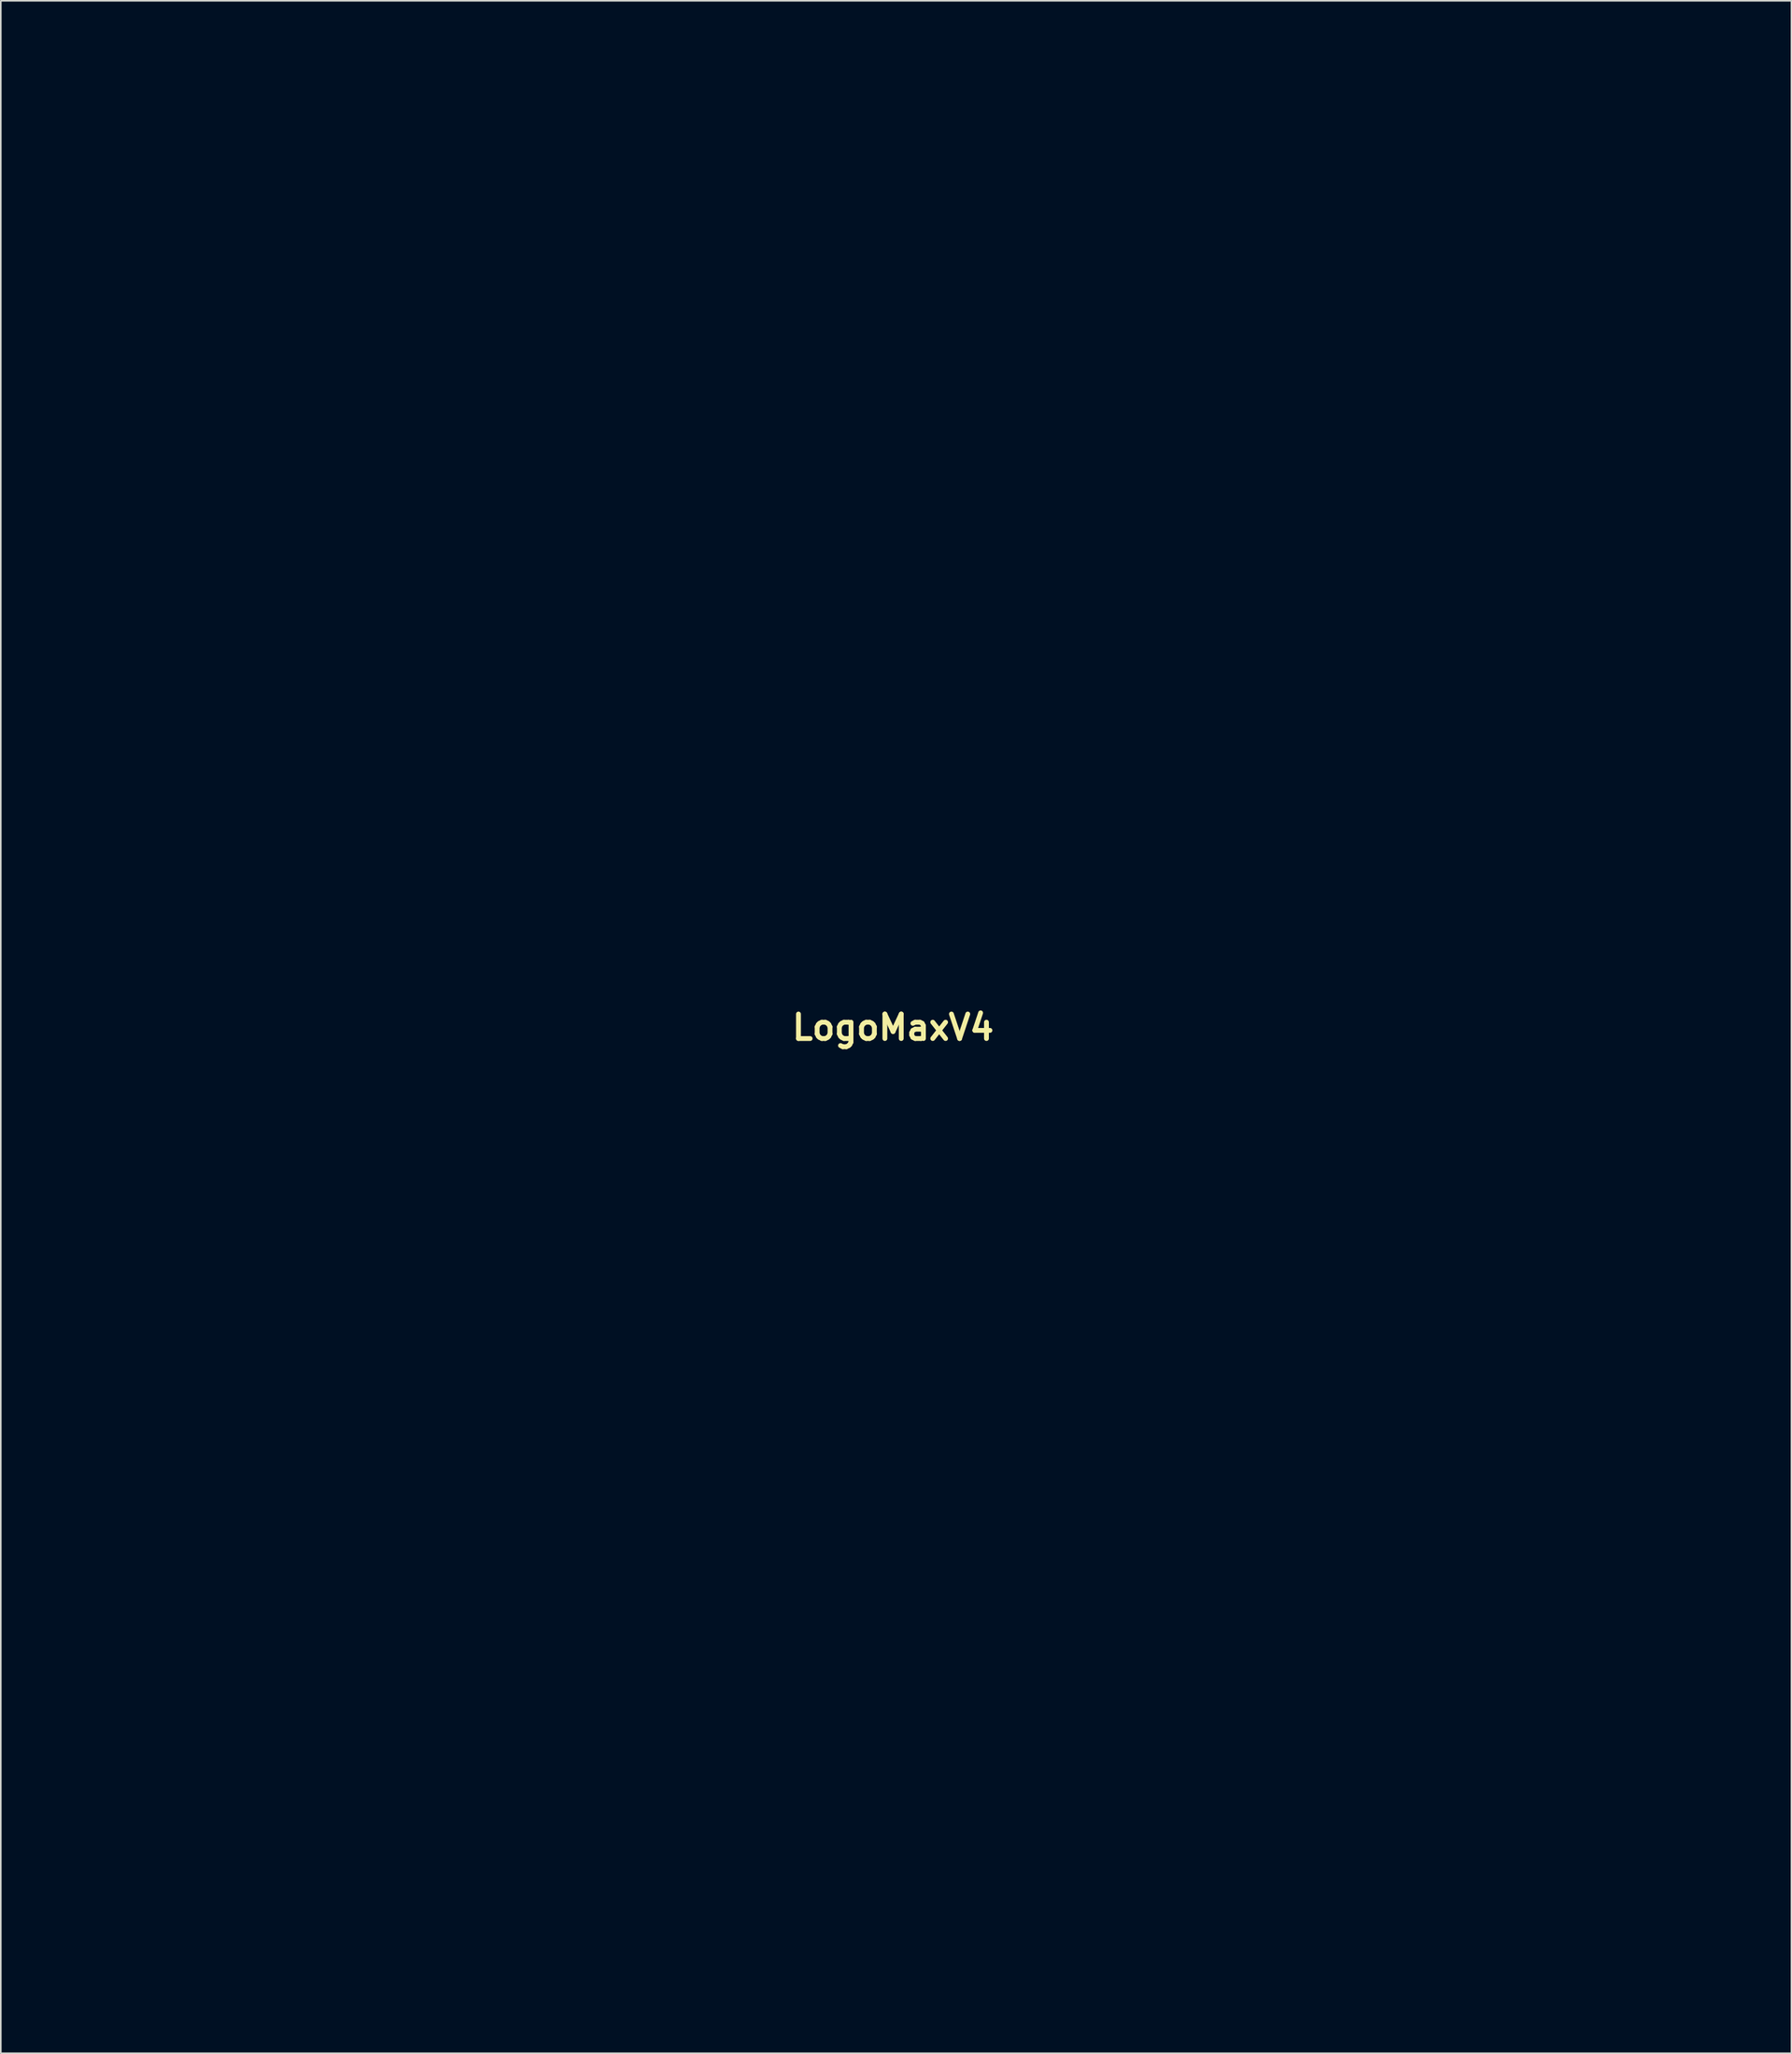
<source format=kicad_pcb>
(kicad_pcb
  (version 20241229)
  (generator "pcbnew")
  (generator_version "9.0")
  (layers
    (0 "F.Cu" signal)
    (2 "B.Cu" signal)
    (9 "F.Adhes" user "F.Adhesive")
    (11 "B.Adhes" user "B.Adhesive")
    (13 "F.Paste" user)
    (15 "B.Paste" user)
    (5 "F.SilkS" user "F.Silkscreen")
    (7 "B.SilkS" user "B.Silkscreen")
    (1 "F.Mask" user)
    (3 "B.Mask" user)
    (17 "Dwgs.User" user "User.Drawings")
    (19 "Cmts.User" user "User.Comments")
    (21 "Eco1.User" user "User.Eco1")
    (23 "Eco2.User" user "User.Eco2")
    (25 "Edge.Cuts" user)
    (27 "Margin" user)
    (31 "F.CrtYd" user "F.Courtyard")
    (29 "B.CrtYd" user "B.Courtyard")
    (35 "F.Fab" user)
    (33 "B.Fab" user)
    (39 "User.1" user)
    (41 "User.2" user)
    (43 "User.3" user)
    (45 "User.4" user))
  (footprint "LogoMaxV4"
    (layer "F.Cu")
    (at 52.456 60.793)
    (property "Reference" "LogoMaxV4" (at 0 0 0) (layer "F.SilkS") (effects (font (size 1.524 1.524) (thickness 0.3))))
    (attr through_hole)
    (fp_poly (pts (xy 0.418 -60.729) (xy 0.619 -60.614) (xy 0.999 -60.383) (xy 1.74 -59.944) (xy 2.764 -59.346) (xy 3.989 -58.634) (xy 5.334 -57.857) (xy 6.876 -56.968) (xy 8.478 -56.044) (xy 10.005 -55.161) (xy 11.324 -54.398) (xy 12.065 -53.969) (xy 13.167 -53.331) (xy 14.57 -52.521) (xy 16.135 -51.62) (xy 17.721 -50.707) (xy 18.669 -50.162) (xy 20.086 -49.347) (xy 21.817 -48.349) (xy 23.74 -47.241) (xy 25.728 -46.093) (xy 27.658 -44.979) (xy 28.575 -44.448) (xy 30.176 -43.522) (xy 31.668 -42.66) (xy 32.984 -41.9) (xy 34.056 -41.281) (xy 34.816 -40.842) (xy 35.179 -40.633) (xy 35.624 -40.377) (xy 36.431 -39.911) (xy 37.52 -39.281) (xy 38.815 -38.532) (xy 40.237 -37.709) (xy 40.64 -37.476) (xy 42.359 -36.481) (xy 44.232 -35.398) (xy 46.106 -34.315) (xy 47.827 -33.322) (xy 49.087 -32.596) (xy 52.834 -30.438) (xy 52.77 0.056) (xy 52.705 30.55) (xy 50.292 31.948) (xy 47.533 33.546) (xy 45.178 34.909) (xy 43.193 36.057) (xy 41.54 37.011) (xy 40.186 37.791) (xy 39.095 38.417) (xy 38.232 38.909) (xy 37.562 39.289) (xy 37.049 39.575) (xy 36.83 39.696) (xy 36.054 40.128) (xy 35.448 40.482) (xy 35.179 40.655) (xy 34.886 40.839) (xy 34.228 41.232) (xy 33.277 41.79) (xy 32.109 42.468) (xy 30.861 43.189) (xy 29.505 43.969) (xy 28.247 44.694) (xy 27.175 45.311) (xy 26.376 45.771) (xy 25.971 46.005) (xy 25.373 46.351) (xy 24.78 46.693) (xy 24.129 47.069) (xy 23.355 47.515) (xy 22.396 48.069) (xy 21.187 48.766) (xy 19.665 49.644) (xy 17.78 50.73) (xy 15.095 52.279) (xy 12.81 53.596) (xy 10.884 54.707) (xy 9.279 55.633) (xy 7.953 56.399) (xy 6.866 57.027) (xy 5.979 57.54) (xy 5.251 57.962) (xy 4.642 58.316) (xy 4.113 58.625) (xy 3.622 58.912) (xy 3.175 59.174) (xy 2.213 59.736) (xy 1.366 60.225) (xy 0.766 60.566) (xy 0.615 60.649) (xy 0.333 60.735) (xy -0.041 60.688) (xy -0.588 60.475) (xy -1.393 60.063) (xy -2.537 59.42) (xy -2.687 59.334) (xy -5.608 57.651) (xy -8.128 56.2) (xy -10.285 54.957) (xy -12.118 53.9) (xy -13.664 53.007) (xy -14.964 52.256) (xy -16.055 51.625) (xy -16.383 51.434) (xy -17.47 50.805) (xy -18.863 50.002) (xy -20.426 49.101) (xy -22.026 48.181) (xy -22.567 47.87) (xy -15.24 47.87) (xy -15.033 48.1) (xy -14.472 48.512) (xy -13.649 49.041) (xy -12.89 49.491) (xy -11.816 50.109) (xy -10.45 50.897) (xy -8.941 51.769) (xy -7.436 52.64) (xy -6.858 52.975) (xy -5.637 53.682) (xy -4.582 54.29) (xy -3.765 54.758) (xy -3.26 55.044) (xy -3.129 55.114) (xy -3.222 54.911) (xy -3.51 54.364) (xy -3.941 53.572) (xy -4.174 53.15) (xy -4.743 52.13) (xy -5.287 51.168) (xy -5.708 50.433) (xy -5.79 50.292) (xy -6.511 49.061) (xy -7.318 47.669) (xy -8.136 46.249) (xy -8.888 44.932) (xy -9.498 43.852) (xy -9.731 43.434) (xy -10.219 42.585) (xy -10.682 41.838) (xy -10.944 41.459) (xy -11.386 40.881) (xy -11.75 41.586) (xy -12.365 42.737) (xy -13.096 44.049) (xy -13.833 45.325) (xy -14.463 46.369) (xy -14.525 46.468) (xy -14.931 47.158) (xy -15.19 47.691) (xy -15.24 47.87) (xy -22.567 47.87) (xy -23.114 47.556) (xy -24.44 46.793) (xy -25.621 46.109) (xy -26.582 45.549) (xy -27.252 45.153) (xy -27.556 44.966) (xy -27.559 44.964) (xy -27.905 44.749) (xy -28.547 44.38) (xy -29.21 44.011) (xy -29.83 43.665) (xy -30.8 43.114) (xy -32.033 42.41) (xy -33.44 41.603) (xy -34.933 40.745) (xy -35.775 40.259) (xy -28.956 40.259) (xy -26.606 41.602) (xy -25.531 42.218) (xy -24.164 43.003) (xy -22.655 43.872) (xy -21.15 44.74) (xy -20.576 45.071) (xy -19.347 45.77) (xy -18.272 46.36) (xy -17.426 46.801) (xy -16.886 47.053) (xy -16.727 47.094) (xy -16.523 46.836) (xy -16.153 46.26) (xy -15.718 45.529) (xy -15.236 44.69) (xy -14.821 43.965) (xy -14.591 43.561) (xy -14.308 43.072) (xy -13.871 42.33) (xy -13.49 41.689) (xy -13.083 40.966) (xy -12.827 40.435) (xy -12.785 40.259) (xy -9.82 40.259) (xy -7.542 44.196) (xy -6.727 45.611) (xy -5.93 47.007) (xy -5.214 48.271) (xy -4.646 49.288) (xy -4.374 49.784) (xy -3.894 50.65) (xy -3.47 51.371) (xy -3.189 51.801) (xy -3.178 51.816) (xy -2.903 52.227) (xy -2.482 52.93) (xy -2.034 53.721) (xy -1.261 55.102) (xy -0.676 56.068) (xy -0.235 56.655) (xy 0.104 56.902) (xy 0.385 56.845) (xy 0.651 56.521) (xy 0.829 56.197) (xy 1.205 55.496) (xy 1.378 55.188) (xy 3.256 55.188) (xy 4.105 54.675) (xy 4.565 54.403) (xy 5.392 53.922) (xy 6.51 53.275) (xy 7.845 52.505) (xy 9.323 51.655) (xy 10.16 51.174) (xy 11.629 50.33) (xy 12.945 49.573) (xy 14.046 48.936) (xy 14.871 48.458) (xy 15.356 48.173) (xy 15.46 48.109) (xy 15.373 47.874) (xy 15.072 47.274) (xy 14.598 46.383) (xy 13.989 45.277) (xy 13.516 44.435) (xy 12.759 43.105) (xy 12.208 42.165) (xy 11.822 41.563) (xy 11.558 41.246) (xy 11.373 41.162) (xy 11.226 41.258) (xy 11.102 41.438) (xy 10.825 41.896) (xy 10.364 42.679) (xy 9.787 43.669) (xy 9.262 44.577) (xy 8.536 45.837) (xy 7.668 47.339) (xy 6.773 48.887) (xy 6.033 50.165) (xy 5.337 51.375) (xy 4.689 52.516) (xy 4.155 53.472) (xy 3.8 54.126) (xy 3.762 54.2) (xy 3.256 55.188) (xy 1.378 55.188) (xy 1.651 54.703) (xy 1.705 54.61) (xy 2.243 53.686) (xy 2.919 52.521) (xy 3.684 51.199) (xy 4.491 49.805) (xy 5.289 48.423) (xy 6.03 47.139) (xy 6.665 46.036) (xy 7.145 45.201) (xy 7.422 44.716) (xy 7.428 44.704) (xy 7.795 44.071) (xy 8.077 43.62) (xy 8.118 43.561) (xy 8.405 43.113) (xy 8.783 42.441) (xy 9.183 41.681) (xy 9.536 40.967) (xy 9.773 40.435) (xy 9.814 40.275) (xy 12.954 40.275) (xy 13.072 40.536) (xy 13.392 41.137) (xy 13.86 41.986) (xy 14.426 42.992) (xy 15.036 44.064) (xy 15.638 45.11) (xy 16.18 46.038) (xy 16.61 46.757) (xy 16.876 47.175) (xy 16.933 47.244) (xy 17.17 47.123) (xy 17.773 46.785) (xy 18.67 46.273) (xy 19.79 45.628) (xy 20.892 44.988) (xy 22.366 44.132) (xy 23.889 43.25) (xy 25.323 42.423) (xy 26.531 41.73) (xy 27.051 41.433) (xy 29.337 40.135) (xy 21.145 40.133) (xy 19.164 40.137) (xy 17.354 40.149) (xy 15.778 40.168) (xy 14.494 40.192) (xy 13.562 40.221) (xy 13.043 40.254) (xy 12.954 40.275) (xy 9.814 40.275) (xy 9.828 40.223) (xy 9.561 40.203) (xy 8.841 40.188) (xy 7.725 40.178) (xy 6.267 40.173) (xy 4.524 40.173) (xy 2.55 40.178) (xy 0.402 40.19) (xy -0.045 40.192) (xy -9.82 40.259) (xy -12.785 40.259) (xy -12.777 40.225) (xy -13.046 40.202) (xy -13.761 40.186) (xy -14.862 40.175) (xy -16.286 40.172) (xy -17.972 40.174) (xy -19.86 40.184) (xy -20.916 40.192) (xy -28.956 40.259) (xy -35.775 40.259) (xy -36.424 39.885) (xy -37.823 39.075) (xy -39.043 38.365) (xy -39.193 38.277) (xy -32.147 38.277) (xy -32.019 38.365) (xy -31.683 38.437) (xy -31.096 38.494) (xy -30.218 38.537) (xy -29.006 38.569) (xy -27.42 38.591) (xy -25.418 38.603) (xy -22.958 38.608) (xy -22.36 38.608) (xy -9.919 38.608) (xy 10.151 38.608) (xy 12.659 38.608) (xy 22.268 38.604) (xy 24.438 38.598) (xy 26.454 38.581) (xy 28.259 38.556) (xy 29.794 38.523) (xy 31.002 38.483) (xy 31.825 38.439) (xy 32.204 38.39) (xy 32.217 38.385) (xy 32.329 38.305) (xy 32.39 38.197) (xy 32.375 38.011) (xy 32.26 37.697) (xy 32.02 37.207) (xy 31.631 36.492) (xy 31.067 35.501) (xy 30.304 34.186) (xy 29.317 32.497) (xy 28.954 31.877) (xy 28.089 30.394) (xy 27.233 28.922) (xy 26.45 27.57) (xy 25.804 26.447) (xy 25.388 25.718) (xy 24.899 24.875) (xy 24.503 24.235) (xy 24.264 23.901) (xy 24.23 23.876) (xy 23.956 24.001) (xy 23.466 24.299) (xy 22.844 24.626) (xy 21.985 24.983) (xy 21.507 25.15) (xy 20.942 25.348) (xy 20.514 25.569) (xy 20.145 25.899) (xy 19.755 26.426) (xy 19.264 27.235) (xy 18.704 28.22) (xy 17.919 29.6) (xy 16.958 31.27) (xy 15.907 33.085) (xy 14.85 34.899) (xy 13.872 36.565) (xy 13.151 37.782) (xy 12.659 38.608) (xy 10.151 38.608) (xy 9.683 37.782) (xy 9.384 37.263) (xy 8.891 36.412) (xy 8.266 35.335) (xy 7.569 34.139) (xy 7.364 33.788) (xy 6.662 32.583) (xy 6.017 31.474) (xy 5.489 30.564) (xy 5.14 29.957) (xy 5.079 29.851) (xy 4.683 29.162) (xy 4.184 28.308) (xy 3.967 27.94) (xy 3.484 27.105) (xy 3.045 26.312) (xy 2.899 26.035) (xy 2.507 25.273) (xy -2.318 25.321) (xy -4.422 28.98) (xy -5.258 30.433) (xy -6.131 31.944) (xy -6.954 33.367) (xy -7.644 34.554) (xy -7.86 34.925) (xy -8.462 35.963) (xy -9.003 36.909) (xy -9.407 37.63) (xy -9.557 37.91) (xy -9.919 38.608) (xy -22.36 38.608) (xy -20.201 38.605) (xy -18.21 38.595) (xy -16.443 38.579) (xy -14.953 38.559) (xy -13.798 38.534) (xy -13.03 38.507) (xy -12.707 38.476) (xy -12.7 38.471) (xy -12.821 38.215) (xy -13.154 37.6) (xy -13.655 36.704) (xy -14.281 35.607) (xy -14.644 34.979) (xy -15.417 33.642) (xy -16.187 32.307) (xy -16.878 31.105) (xy -17.413 30.171) (xy -17.526 29.972) (xy -18.384 28.464) (xy -19.036 27.336) (xy -19.53 26.527) (xy -19.916 25.978) (xy -20.239 25.629) (xy -20.55 25.418) (xy -20.574 25.409) (xy -18.127 25.409) (xy -18.117 25.711) (xy -17.881 26.31) (xy -17.471 27.078) (xy -17.462 27.093) (xy -15.801 29.91) (xy -14.113 32.825) (xy -12.681 35.346) (xy -12.126 36.325) (xy -11.67 37.11) (xy -11.365 37.616) (xy -11.262 37.759) (xy -11.127 37.537) (xy -10.785 36.956) (xy -10.283 36.096) (xy -9.669 35.037) (xy -9.457 34.671) (xy -8.631 33.245) (xy -7.668 31.58) (xy -6.684 29.879) (xy -5.796 28.344) (xy -5.752 28.267) (xy -5.078 27.091) (xy -4.506 26.068) (xy -4.08 25.279) (xy -3.843 24.806) (xy -3.832 24.774) (xy 3.81 24.774) (xy 4.403 25.659) (xy 4.843 26.355) (xy 5.395 27.28) (xy 5.863 28.1) (xy 6.785 29.744) (xy 7.711 31.376) (xy 8.606 32.936) (xy 9.435 34.365) (xy 10.163 35.603) (xy 10.757 36.591) (xy 11.18 37.269) (xy 11.398 37.578) (xy 11.416 37.59) (xy 11.622 37.392) (xy 11.955 36.904) (xy 12.038 36.765) (xy 12.36 36.207) (xy 12.859 35.337) (xy 13.46 34.283) (xy 13.961 33.401) (xy 14.729 32.055) (xy 15.618 30.506) (xy 16.493 28.989) (xy 16.952 28.199) (xy 17.54 27.158) (xy 18.005 26.277) (xy 18.303 25.645) (xy 18.386 25.354) (xy 18.385 25.352) (xy 18.081 25.186) (xy 17.484 25.019) (xy 17.37 24.997) (xy 16.542 24.648) (xy 15.63 23.964) (xy 14.762 23.073) (xy 14.068 22.103) (xy 13.73 21.379) (xy 13.381 20.32) (xy 7.673 20.32) (xy 6.854 21.596) (xy 6.167 22.52) (xy 5.338 23.436) (xy 4.923 23.824) (xy 3.81 24.774) (xy -3.832 24.774) (xy -3.81 24.711) (xy -3.992 24.446) (xy -4.451 24.008) (xy -4.709 23.794) (xy -5.348 23.179) (xy -6.058 22.339) (xy -6.523 21.698) (xy -7.438 20.32) (xy -13.139 20.32) (xy -13.558 21.416) (xy -14.126 22.462) (xy -14.965 23.485) (xy -15.932 24.339) (xy -16.884 24.878) (xy -16.984 24.913) (xy -17.643 25.156) (xy -18.085 25.376) (xy -18.127 25.409) (xy -20.574 25.409) (xy -20.895 25.287) (xy -21.322 25.174) (xy -21.36 25.164) (xy -22.235 24.871) (xy -23.003 24.499) (xy -23.232 24.346) (xy -23.744 24.041) (xy -24.109 23.991) (xy -24.12 23.997) (xy -24.346 24.274) (xy -24.744 24.891) (xy -25.249 25.74) (xy -25.529 26.236) (xy -26.065 27.193) (xy -26.528 28.01) (xy -26.849 28.564) (xy -26.932 28.702) (xy -27.155 29.075) (xy -27.564 29.777) (xy -28.093 30.693) (xy -28.48 31.369) (xy -29.22 32.661) (xy -30.047 34.099) (xy -30.816 35.431) (xy -31.03 35.801) (xy -31.55 36.752) (xy -31.936 37.56) (xy -32.136 38.114) (xy -32.147 38.277) (xy -39.193 38.277) (xy -39.497 38.1) (xy -39.939 37.842) (xy -40.745 37.376) (xy -41.837 36.744) (xy -43.139 35.992) (xy -44.573 35.165) (xy -45.085 34.869) (xy -46.589 34.001) (xy -48.024 33.17) (xy -49.305 32.426) (xy -50.344 31.821) (xy -51.054 31.404) (xy -51.181 31.329) (xy -52.451 30.571) (xy -52.451 28.265) (xy -49.204 28.265) (xy -49.196 28.29) (xy -48.93 28.557) (xy -48.327 28.993) (xy -47.496 29.521) (xy -47.077 29.768) (xy -46.155 30.298) (xy -44.923 31.008) (xy -43.511 31.821) (xy -42.047 32.664) (xy -41.275 33.109) (xy -40.02 33.826) (xy -38.918 34.445) (xy -38.043 34.925) (xy -37.471 35.224) (xy -37.281 35.305) (xy -37.302 35.109) (xy -37.539 34.599) (xy -37.89 33.972) (xy -38.25 33.361) (xy -38.814 32.394) (xy -39.533 31.156) (xy -40.36 29.731) (xy -41.243 28.203) (xy -41.63 27.533) (xy -42.492 26.044) (xy -43.289 24.674) (xy -43.981 23.495) (xy -44.524 22.577) (xy -44.877 21.992) (xy -44.973 21.842) (xy -45.149 21.612) (xy -45.315 21.543) (xy -45.524 21.694) (xy -45.828 22.122) (xy -46.28 22.885) (xy -46.854 23.901) (xy -47.488 25.013) (xy -48.079 26.028) (xy -48.558 26.824) (xy -48.832 27.251) (xy -49.133 27.824) (xy -49.204 28.265) (xy -52.451 28.265) (xy -52.451 19.67) (xy -49.276 19.67) (xy -49.27 21.196) (xy -49.254 22.532) (xy -49.23 23.602) (xy -49.199 24.328) (xy -49.163 24.633) (xy -49.157 24.638) (xy -48.989 24.433) (xy -48.623 23.877) (xy -48.117 23.061) (xy -47.633 22.25) (xy -47.064 21.273) (xy -46.782 20.777) (xy -43.688 20.777) (xy -43.556 21.309) (xy -43.434 21.489) (xy -43.231 21.782) (xy -42.823 22.443) (xy -42.254 23.396) (xy -41.57 24.565) (xy -40.862 25.794) (xy -40.09 27.143) (xy -39.377 28.389) (xy -38.772 29.444) (xy -38.325 30.222) (xy -38.104 30.607) (xy -37.733 31.249) (xy -37.237 32.112) (xy -36.861 32.766) (xy -36.398 33.564) (xy -36.009 34.222) (xy -35.812 34.544) (xy -35.543 34.998) (xy -35.162 35.679) (xy -35.021 35.941) (xy -34.44 36.863) (xy -33.947 37.295) (xy -33.782 37.333) (xy -33.618 37.126) (xy -33.252 36.552) (xy -32.729 35.689) (xy -32.097 34.612) (xy -31.75 34.01) (xy -30.974 32.656) (xy -30.187 31.281) (xy -29.47 30.029) (xy -28.904 29.043) (xy -28.804 28.868) (xy -28.19 27.8) (xy -27.447 26.515) (xy -26.702 25.233) (xy -26.442 24.786) (xy -25.848 23.75) (xy -25.484 23.042) (xy -25.313 22.555) (xy -25.301 22.183) (xy -25.41 21.82) (xy -25.427 21.78) (xy -25.585 21.396) (xy -25.745 21.086) (xy -25.958 20.842) (xy -26.277 20.656) (xy -26.753 20.52) (xy -27.44 20.427) (xy -28.388 20.368) (xy -29.651 20.336) (xy -31.28 20.323) (xy -33.328 20.32) (xy -35.07 20.32) (xy -37.392 20.321) (xy -39.255 20.327) (xy -40.711 20.34) (xy -41.809 20.362) (xy -42.599 20.397) (xy -43.131 20.447) (xy -43.456 20.514) (xy -43.623 20.602) (xy -43.683 20.712) (xy -43.688 20.777) (xy -46.782 20.777) (xy -46.606 20.467) (xy -46.311 19.925) (xy -46.228 19.745) (xy -46.349 19.45) (xy -46.553 19.057) (xy -43.976 19.057) (xy -35.133 18.99) (xy -26.289 18.923) (xy -26.215 16.992) (xy -26.191 16.11) (xy -26.226 15.455) (xy -26.364 14.879) (xy -26.65 14.236) (xy -27.126 13.378) (xy -27.462 12.801) (xy -27.955 11.956) (xy -28.405 11.18) (xy -28.86 10.393) (xy -29.366 9.51) (xy -29.972 8.45) (xy -30.724 7.13) (xy -31.67 5.468) (xy -31.89 5.08) (xy -32.47 4.079) (xy -33.004 3.191) (xy -33.413 2.546) (xy -33.548 2.352) (xy -33.788 2.07) (xy -34.001 1.979) (xy -34.245 2.132) (xy -34.578 2.585) (xy -35.056 3.39) (xy -35.518 4.213) (xy -35.943 4.964) (xy -36.568 6.059) (xy -37.339 7.405) (xy -38.202 8.905) (xy -39.102 10.464) (xy -39.366 10.922) (xy -40.258 12.467) (xy -41.12 13.968) (xy -41.9 15.332) (xy -42.546 16.469) (xy -43.006 17.288) (xy -43.104 17.466) (xy -43.976 19.057) (xy -46.553 19.057) (xy -46.668 18.835) (xy -47.119 18.016) (xy -47.637 17.106) (xy -48.156 16.22) (xy -48.609 15.473) (xy -48.931 14.979) (xy -49.042 14.847) (xy -49.121 15.039) (xy -49.187 15.688) (xy -49.236 16.741) (xy -49.267 18.146) (xy -49.276 19.67) (xy -52.451 19.67) (xy -52.451 0.762) (xy -49.276 0.762) (xy -49.276 11.224) (xy -48.544 12.534) (xy -47.582 14.249) (xy -46.832 15.565) (xy -46.263 16.53) (xy -45.843 17.191) (xy -45.54 17.593) (xy -45.324 17.786) (xy -45.162 17.815) (xy -45.055 17.755) (xy -44.752 17.381) (xy -44.704 17.217) (xy -44.57 16.852) (xy -44.247 16.313) (xy -44.235 16.295) (xy -43.854 15.7) (xy -43.361 14.868) (xy -42.999 14.224) (xy -42.525 13.376) (xy -41.897 12.271) (xy -41.217 11.093) (xy -40.896 10.541) (xy -40.251 9.434) (xy -39.627 8.353) (xy -39.116 7.459) (xy -38.92 7.112) (xy -38.467 6.318) (xy -37.872 5.299) (xy -37.259 4.267) (xy -37.213 4.191) (xy -36.644 3.231) (xy -36.125 2.328) (xy -35.755 1.658) (xy -35.718 1.587) (xy -35.342 0.857) (xy -32.512 0.857) (xy -32.395 1.14) (xy -32.099 1.709) (xy -31.708 2.415) (xy -31.306 3.109) (xy -30.975 3.642) (xy -30.857 3.81) (xy -30.589 4.215) (xy -30.171 4.921) (xy -29.689 5.78) (xy -29.655 5.842) (xy -28.978 7.074) (xy -28.287 8.304) (xy -27.629 9.453) (xy -27.051 10.44) (xy -26.6 11.187) (xy -26.32 11.614) (xy -26.255 11.684) (xy -26.228 11.442) (xy -26.204 10.766) (xy -26.184 9.728) (xy -26.17 8.402) (xy -26.163 6.862) (xy -26.162 6.223) (xy -26.162 0.762) (xy -29.337 0.762) (xy -30.54 0.769) (xy -31.534 0.789) (xy -32.222 0.817) (xy -32.509 0.853) (xy -32.512 0.857) (xy -35.342 0.857) (xy -35.293 0.762) (xy -49.276 0.762) (xy -52.451 0.762) (xy -52.451 -11.203) (xy -49.276 -11.203) (xy -49.276 -0.762) (xy -35.268 -0.762) (xy -35.379 -0.953) (xy -32.506 -0.953) (xy -32.271 -0.88) (xy -31.623 -0.821) (xy -30.659 -0.779) (xy -29.475 -0.762) (xy -29.337 -0.762) (xy -26.162 -0.762) (xy -26.162 -6.265) (xy -26.162 -6.315) (xy -24.354 -6.315) (xy -24.349 -3.398) (xy -24.339 -0.454) (xy -24.323 2.47) (xy -24.301 5.327) (xy -24.275 8.07) (xy -24.244 10.654) (xy -24.208 13.031) (xy -24.167 15.154) (xy -24.122 16.978) (xy -24.073 18.456) (xy -24.02 19.541) (xy -23.964 20.186) (xy -23.936 20.324) (xy -23.304 21.548) (xy -22.374 22.56) (xy -21.28 23.216) (xy -21.209 23.242) (xy -20.24 23.528) (xy -19.449 23.584) (xy -18.561 23.415) (xy -18.218 23.317) (xy -16.908 22.67) (xy -15.881 21.626) (xy -15.19 20.237) (xy -15.139 20.076) (xy -15.058 19.755) (xy -14.988 19.354) (xy -14.953 19.05) (xy -12.954 19.05) (xy -10.414 19.05) (xy -9.19 19.033) (xy -8.404 18.976) (xy -7.989 18.87) (xy -7.874 18.717) (xy -7.936 18.327) (xy -8.101 17.589) (xy -8.337 16.643) (xy -8.41 16.367) (xy -8.629 15.526) (xy -8.946 14.294) (xy -9.334 12.775) (xy -9.766 11.072) (xy -10.216 9.287) (xy -10.41 8.515) (xy -11.875 2.678) (xy -12.414 3.562) (xy -12.57 3.839) (xy -12.693 4.14) (xy -12.786 4.527) (xy -12.854 5.06) (xy -12.9 5.802) (xy -12.929 6.814) (xy -12.945 8.157) (xy -12.952 9.894) (xy -12.953 11.748) (xy -12.954 19.05) (xy -14.953 19.05) (xy -14.929 18.836) (xy -14.879 18.164) (xy -14.839 17.299) (xy -14.807 16.203) (xy -14.782 14.839) (xy -14.765 13.169) (xy -14.753 11.156) (xy -14.746 8.76) (xy -14.743 5.945) (xy -14.744 2.673) (xy -14.745 1.446) (xy -14.745 0.889) (xy -12.954 0.889) (xy -12.827 1.016) (xy -12.7 0.889) (xy -12.827 0.762) (xy -12.954 0.889) (xy -14.745 0.889) (xy -14.746 -1.466) (xy -14.745 -4.226) (xy -14.741 -6.793) (xy -14.735 -9.125) (xy -14.728 -11.18) (xy -14.718 -12.917) (xy -14.707 -14.294) (xy -14.694 -15.27) (xy -14.681 -15.803) (xy -14.672 -15.893) (xy -14.596 -15.671) (xy -14.408 -15.001) (xy -14.122 -13.928) (xy -13.747 -12.497) (xy -13.297 -10.753) (xy -12.783 -8.742) (xy -12.216 -6.508) (xy -11.607 -4.096) (xy -11.326 -2.973) (xy -10.349 0.92) (xy -9.486 4.35) (xy -8.727 7.347) (xy -8.066 9.942) (xy -7.494 12.165) (xy -7.003 14.045) (xy -6.585 15.615) (xy -6.232 16.902) (xy -5.935 17.939) (xy -5.687 18.755) (xy -5.479 19.381) (xy -5.304 19.846) (xy -5.154 20.182) (xy -5.141 20.206) (xy -4.169 21.627) (xy -2.925 22.68) (xy -1.677 23.247) (xy -0.844 23.484) (xy -0.246 23.59) (xy 0.33 23.571) (xy 1.096 23.435) (xy 1.549 23.339) (xy 2.956 22.789) (xy 4.199 21.821) (xy 5.182 20.52) (xy 5.56 19.74) (xy 5.729 19.231) (xy 5.854 18.807) (xy 7.96 18.807) (xy 8.11 18.937) (xy 8.516 19.01) (xy 9.262 19.043) (xy 10.397 19.05) (xy 12.954 19.05) (xy 12.954 11.671) (xy 12.95 9.472) (xy 12.937 7.723) (xy 12.912 6.366) (xy 12.872 5.343) (xy 12.814 4.596) (xy 12.735 4.066) (xy 12.632 3.697) (xy 12.554 3.52) (xy 12.267 3.028) (xy 12.083 2.829) (xy 12.07 2.834) (xy 11.986 3.095) (xy 11.798 3.778) (xy 11.525 4.812) (xy 11.184 6.127) (xy 10.796 7.652) (xy 10.579 8.509) (xy 9.865 11.343) (xy 9.268 13.698) (xy 8.785 15.585) (xy 8.413 17.019) (xy 8.148 18.013) (xy 7.987 18.581) (xy 7.979 18.605) (xy 7.96 18.807) (xy 5.854 18.807) (xy 6.001 18.312) (xy 6.352 17.062) (xy 6.762 15.565) (xy 7.21 13.902) (xy 7.673 12.154) (xy 8.13 10.404) (xy 8.56 8.732) (xy 8.941 7.221) (xy 9.251 5.952) (xy 9.469 5.007) (xy 9.533 4.699) (xy 9.645 4.214) (xy 9.85 3.403) (xy 10.106 2.428) (xy 10.144 2.286) (xy 10.459 1.091) (xy 10.784 -0.164) (xy 11.03 -1.143) (xy 11.192 -1.796) (xy 11.458 -2.86) (xy 11.806 -4.251) (xy 12.217 -5.887) (xy 12.669 -7.687) (xy 13.132 -9.525) (xy 14.859 -16.383) (xy 14.986 1.778) (xy 15.01 4.781) (xy 15.039 7.643) (xy 15.072 10.322) (xy 15.108 12.777) (xy 15.147 14.965) (xy 15.187 16.846) (xy 15.228 18.377) (xy 15.269 19.516) (xy 15.31 20.222) (xy 15.341 20.447) (xy 16.192 21.825) (xy 17.286 22.807) (xy 18.548 23.374) (xy 19.903 23.51) (xy 21.278 23.197) (xy 22.509 22.471) (xy 25.243 22.471) (xy 26.02 23.797) (xy 26.416 24.475) (xy 27.002 25.484) (xy 27.715 26.713) (xy 28.492 28.052) (xy 28.956 28.854) (xy 29.723 30.178) (xy 30.448 31.429) (xy 31.072 32.506) (xy 31.536 33.307) (xy 31.722 33.627) (xy 32.661 35.258) (xy 33.364 36.522) (xy 33.495 36.767) (xy 33.861 37.254) (xy 34.228 37.254) (xy 34.547 36.954) (xy 34.891 36.461) (xy 35.274 35.812) (xy 35.276 35.808) (xy 35.526 35.362) (xy 35.599 35.233) (xy 37.496 35.233) (xy 37.532 35.306) (xy 37.849 35.179) (xy 38.442 34.853) (xy 38.948 34.544) (xy 39.623 34.127) (xy 40.106 33.85) (xy 40.259 33.782) (xy 40.507 33.66) (xy 41.104 33.328) (xy 41.964 32.834) (xy 43 32.229) (xy 43.108 32.165) (xy 44.385 31.414) (xy 45.718 30.633) (xy 46.929 29.927) (xy 47.688 29.487) (xy 48.53 28.982) (xy 49.169 28.56) (xy 49.503 28.291) (xy 49.528 28.246) (xy 49.399 27.934) (xy 49.083 27.401) (xy 49.02 27.305) (xy 48.691 26.776) (xy 48.189 25.928) (xy 47.586 24.884) (xy 47.053 23.943) (xy 46.471 22.926) (xy 45.975 22.095) (xy 45.618 21.537) (xy 45.456 21.339) (xy 45.277 21.543) (xy 44.925 22.086) (xy 44.469 22.861) (xy 44.363 23.05) (xy 43.931 23.817) (xy 43.291 24.94) (xy 42.492 26.338) (xy 41.579 27.929) (xy 40.601 29.629) (xy 39.604 31.357) (xy 38.637 33.031) (xy 37.943 34.227) (xy 37.625 34.842) (xy 37.496 35.233) (xy 35.599 35.233) (xy 35.975 34.572) (xy 36.572 33.53) (xy 37.263 32.328) (xy 37.996 31.057) (xy 38.717 29.809) (xy 39.375 28.675) (xy 39.916 27.747) (xy 40.287 27.116) (xy 40.403 26.924) (xy 40.642 26.515) (xy 41.039 25.815) (xy 41.483 25.019) (xy 42.133 23.849) (xy 42.599 23.025) (xy 42.94 22.449) (xy 43.215 22.022) (xy 43.482 21.643) (xy 43.498 21.621) (xy 43.743 21.281) (xy 43.904 21.006) (xy 43.935 20.788) (xy 43.795 20.621) (xy 43.44 20.499) (xy 42.825 20.415) (xy 41.909 20.362) (xy 40.647 20.333) (xy 38.995 20.322) (xy 36.912 20.323) (xy 35.056 20.327) (xy 26.171 20.344) (xy 25.707 21.407) (xy 25.243 22.471) (xy 22.509 22.471) (xy 22.597 22.419) (xy 22.86 22.195) (xy 23.582 21.399) (xy 23.999 20.503) (xy 24.132 19.986) (xy 24.183 19.57) (xy 46.403 19.57) (xy 46.497 19.864) (xy 46.795 20.473) (xy 47.233 21.288) (xy 47.748 22.2) (xy 48.278 23.1) (xy 48.759 23.879) (xy 49.129 24.428) (xy 49.325 24.638) (xy 49.326 24.638) (xy 49.388 24.397) (xy 49.442 23.723) (xy 49.486 22.693) (xy 49.516 21.381) (xy 49.53 19.864) (xy 49.53 19.507) (xy 49.519 17.758) (xy 49.488 16.354) (xy 49.437 15.336) (xy 49.371 14.746) (xy 49.296 14.618) (xy 49.088 14.917) (xy 48.701 15.541) (xy 48.202 16.373) (xy 47.66 17.297) (xy 47.143 18.195) (xy 46.718 18.952) (xy 46.454 19.452) (xy 46.403 19.57) (xy 24.183 19.57) (xy 24.188 19.536) (xy 24.215 19.062) (xy 26.416 19.062) (xy 35.045 19.043) (xy 37.088 19.033) (xy 38.967 19.011) (xy 40.621 18.98) (xy 41.991 18.942) (xy 43.017 18.897) (xy 43.64 18.847) (xy 43.808 18.808) (xy 43.749 18.479) (xy 43.435 17.776) (xy 42.891 16.747) (xy 42.142 15.443) (xy 41.688 14.686) (xy 41.429 14.248) (xy 40.968 13.456) (xy 40.353 12.395) (xy 39.635 11.152) (xy 38.989 10.029) (xy 38.224 8.701) (xy 37.522 7.482) (xy 36.931 6.459) (xy 36.501 5.718) (xy 36.301 5.376) (xy 35.945 4.763) (xy 35.477 3.936) (xy 35.194 3.429) (xy 34.785 2.696) (xy 34.471 2.139) (xy 34.353 1.934) (xy 34.138 1.922) (xy 33.747 2.329) (xy 33.171 3.169) (xy 32.4 4.455) (xy 32.116 4.953) (xy 31.58 5.897) (xy 31.119 6.702) (xy 30.803 7.243) (xy 30.729 7.366) (xy 30.5 7.748) (xy 30.073 8.483) (xy 29.497 9.479) (xy 28.826 10.647) (xy 28.11 11.898) (xy 27.401 13.141) (xy 27.146 13.589) (xy 26.774 14.312) (xy 26.555 14.973) (xy 26.451 15.757) (xy 26.421 16.848) (xy 26.421 16.96) (xy 26.416 19.062) (xy 24.215 19.062) (xy 24.235 18.729) (xy 24.275 17.548) (xy 24.306 15.977) (xy 24.33 13.999) (xy 24.346 11.598) (xy 24.355 8.757) (xy 24.357 5.459) (xy 24.351 1.688) (xy 24.348 0.762) (xy 26.416 0.762) (xy 26.428 11.811) (xy 27.12 10.604) (xy 27.521 9.907) (xy 28.098 8.904) (xy 28.774 7.731) (xy 29.461 6.54) (xy 30.177 5.297) (xy 30.887 4.059) (xy 31.508 2.974) (xy 31.935 2.223) (xy 32.656 0.948) (xy 35.561 0.948) (xy 35.685 1.269) (xy 35.992 1.833) (xy 36.112 2.032) (xy 36.419 2.543) (xy 36.926 3.402) (xy 37.578 4.517) (xy 38.321 5.795) (xy 38.936 6.858) (xy 39.713 8.203) (xy 40.44 9.46) (xy 41.064 10.536) (xy 41.53 11.338) (xy 41.75 11.716) (xy 42.092 12.306) (xy 42.609 13.21) (xy 43.23 14.3) (xy 43.815 15.332) (xy 44.41 16.367) (xy 44.918 17.218) (xy 45.286 17.799) (xy 45.463 18.025) (xy 45.466 18.025) (xy 45.639 17.819) (xy 45.996 17.269) (xy 46.473 16.475) (xy 46.712 16.06) (xy 47.36 14.916) (xy 48.039 13.703) (xy 48.618 12.657) (xy 48.686 12.531) (xy 49.541 10.965) (xy 49.472 5.927) (xy 49.403 0.889) (xy 42.481 0.821) (xy 40.666 0.811) (xy 39.029 0.814) (xy 37.634 0.83) (xy 36.549 0.858) (xy 35.836 0.897) (xy 35.562 0.945) (xy 35.561 0.948) (xy 32.656 0.948) (xy 32.761 0.762) (xy 26.416 0.762) (xy 24.348 0.762) (xy 24.339 -2.573) (xy 24.337 -3.048) (xy 24.327 -6.096) (xy 26.416 -6.096) (xy 26.416 -0.762) (xy 32.807 -0.762) (xy 32.747 -0.862) (xy 35.56 -0.862) (xy 35.803 -0.836) (xy 36.49 -0.812) (xy 37.554 -0.792) (xy 38.932 -0.777) (xy 40.559 -0.766) (xy 42.37 -0.762) (xy 42.545 -0.762) (xy 49.53 -0.762) (xy 49.53 -5.993) (xy 49.526 -7.78) (xy 49.51 -9.132) (xy 49.476 -10.121) (xy 49.418 -10.822) (xy 49.331 -11.307) (xy 49.208 -11.649) (xy 49.061 -11.899) (xy 48.71 -12.45) (xy 48.219 -13.282) (xy 47.685 -14.226) (xy 47.616 -14.351) (xy 47.055 -15.358) (xy 46.496 -16.332) (xy 46.055 -17.074) (xy 46.032 -17.111) (xy 45.422 -18.093) (xy 43.323 -14.444) (xy 42.519 -13.048) (xy 41.544 -11.354) (xy 40.479 -9.504) (xy 39.407 -7.641) (xy 38.408 -5.908) (xy 38.391 -5.879) (xy 37.573 -4.454) (xy 36.848 -3.183) (xy 36.252 -2.129) (xy 35.82 -1.355) (xy 35.589 -0.927) (xy 35.56 -0.862) (xy 32.747 -0.862) (xy 32.31 -1.587) (xy 31.939 -2.215) (xy 31.359 -3.206) (xy 30.617 -4.484) (xy 29.756 -5.972) (xy 28.821 -7.592) (xy 27.857 -9.268) (xy 27.746 -9.461) (xy 27.235 -10.333) (xy 26.82 -11.007) (xy 26.564 -11.384) (xy 26.516 -11.43) (xy 26.486 -11.188) (xy 26.46 -10.513) (xy 26.439 -9.478) (xy 26.424 -8.158) (xy 26.416 -6.626) (xy 26.416 -6.096) (xy 24.327 -6.096) (xy 24.324 -6.982) (xy 24.313 -10.439) (xy 24.302 -13.453) (xy 24.286 -16.055) (xy 24.285 -16.167) (xy 26.415 -16.167) (xy 26.432 -15.649) (xy 26.497 -15.178) (xy 26.638 -14.684) (xy 26.884 -14.098) (xy 27.266 -13.351) (xy 27.812 -12.374) (xy 28.551 -11.098) (xy 29.513 -9.454) (xy 29.562 -9.369) (xy 29.88 -8.821) (xy 30.389 -7.937) (xy 31.026 -6.825) (xy 31.732 -5.591) (xy 32.004 -5.116) (xy 32.679 -3.963) (xy 33.279 -2.992) (xy 33.755 -2.278) (xy 34.058 -1.896) (xy 34.131 -1.853) (xy 34.382 -2.1) (xy 34.76 -2.638) (xy 34.939 -2.931) (xy 35.516 -3.925) (xy 36.263 -5.215) (xy 37.096 -6.659) (xy 37.934 -8.113) (xy 38.693 -9.434) (xy 39.11 -10.16) (xy 39.588 -10.993) (xy 40.244 -12.132) (xy 41.001 -13.443) (xy 41.782 -14.793) (xy 41.998 -15.167) (xy 42.671 -16.337) (xy 43.243 -17.348) (xy 43.67 -18.12) (xy 43.908 -18.574) (xy 43.942 -18.659) (xy 43.698 -18.691) (xy 43.003 -18.721) (xy 41.917 -18.746) (xy 40.496 -18.768) (xy 38.798 -18.784) (xy 36.882 -18.793) (xy 35.179 -18.796) (xy 26.416 -18.796) (xy 26.416 -16.8) (xy 26.415 -16.167) (xy 24.285 -16.167) (xy 24.264 -18.277) (xy 24.238 -19.702) (xy 46.477 -19.702) (xy 46.488 -19.377) (xy 46.631 -19.063) (xy 46.734 -18.892) (xy 47.073 -18.322) (xy 47.569 -17.476) (xy 48.126 -16.517) (xy 48.239 -16.32) (xy 48.735 -15.479) (xy 49.137 -14.84) (xy 49.379 -14.504) (xy 49.414 -14.478) (xy 49.449 -14.719) (xy 49.48 -15.393) (xy 49.505 -16.424) (xy 49.522 -17.735) (xy 49.53 -19.252) (xy 49.53 -19.612) (xy 49.53 -21.463) (xy 49.513 -22.831) (xy 49.459 -23.74) (xy 49.343 -24.217) (xy 49.144 -24.285) (xy 48.84 -23.971) (xy 48.406 -23.298) (xy 47.822 -22.293) (xy 47.547 -21.813) (xy 46.977 -20.812) (xy 46.631 -20.144) (xy 46.477 -19.702) (xy 24.238 -19.702) (xy 24.23 -20.151) (xy 24.182 -21.709) (xy 24.117 -22.983) (xy 24.078 -23.451) (xy 26.273 -23.451) (xy 26.32 -22.491) (xy 26.408 -21.622) (xy 26.495 -20.944) (xy 26.549 -20.657) (xy 26.816 -20.578) (xy 27.52 -20.509) (xy 28.588 -20.45) (xy 29.948 -20.402) (xy 31.528 -20.365) (xy 33.257 -20.339) (xy 35.063 -20.325) (xy 36.874 -20.323) (xy 38.618 -20.334) (xy 40.223 -20.357) (xy 41.617 -20.392) (xy 42.728 -20.441) (xy 43.486 -20.503) (xy 43.817 -20.579) (xy 43.823 -20.586) (xy 43.829 -20.988) (xy 43.732 -21.157) (xy 43.537 -21.457) (xy 43.133 -22.124) (xy 42.565 -23.084) (xy 41.874 -24.262) (xy 41.105 -25.584) (xy 40.3 -26.975) (xy 39.504 -28.361) (xy 38.759 -29.668) (xy 38.108 -30.821) (xy 38.085 -30.861) (xy 37.424 -32.027) (xy 36.709 -33.262) (xy 35.999 -34.467) (xy 35.57 -35.18) (xy 37.512 -35.18) (xy 37.666 -34.697) (xy 37.908 -34.227) (xy 38.257 -33.616) (xy 38.8 -32.67) (xy 39.491 -31.467) (xy 40.285 -30.087) (xy 41.136 -28.608) (xy 41.999 -27.11) (xy 42.827 -25.673) (xy 43.575 -24.376) (xy 44.198 -23.297) (xy 44.65 -22.517) (xy 44.856 -22.163) (xy 45.201 -21.63) (xy 45.445 -21.35) (xy 45.475 -21.338) (xy 45.641 -21.546) (xy 46.011 -22.122) (xy 46.538 -22.991) (xy 47.177 -24.077) (xy 47.591 -24.795) (xy 48.254 -25.988) (xy 48.796 -27.027) (xy 49.177 -27.835) (xy 49.361 -28.333) (xy 49.36 -28.449) (xy 49.092 -28.622) (xy 48.457 -29.003) (xy 47.527 -29.55) (xy 46.379 -30.22) (xy 45.085 -30.97) (xy 43.719 -31.756) (xy 42.355 -32.538) (xy 41.068 -33.27) (xy 39.932 -33.912) (xy 39.37 -34.226) (xy 38.666 -34.633) (xy 38.139 -34.968) (xy 37.986 -35.083) (xy 37.62 -35.326) (xy 37.512 -35.18) (xy 35.57 -35.18) (xy 35.353 -35.542) (xy 34.83 -36.39) (xy 34.49 -36.91) (xy 34.456 -36.957) (xy 34.076 -37.465) (xy 33.689 -36.957) (xy 33.265 -36.321) (xy 32.977 -35.814) (xy 32.693 -35.293) (xy 32.239 -34.492) (xy 31.704 -33.57) (xy 31.605 -33.401) (xy 30.509 -31.537) (xy 29.63 -30.033) (xy 28.926 -28.816) (xy 28.353 -27.81) (xy 27.867 -26.941) (xy 27.858 -26.924) (xy 27.362 -26.036) (xy 26.89 -25.211) (xy 26.634 -24.777) (xy 26.367 -24.176) (xy 26.273 -23.451) (xy 24.078 -23.451) (xy 24.031 -24.006) (xy 23.922 -24.808) (xy 23.785 -25.423) (xy 23.617 -25.882) (xy 23.415 -26.218) (xy 23.176 -26.461) (xy 22.897 -26.645) (xy 22.574 -26.801) (xy 22.203 -26.961) (xy 21.846 -27.126) (xy 21.305 -27.381) (xy 20.818 -27.563) (xy 20.286 -27.686) (xy 19.613 -27.76) (xy 18.7 -27.798) (xy 17.449 -27.811) (xy 16.256 -27.813) (xy 14.186 -27.788) (xy 12.553 -27.687) (xy 11.288 -27.473) (xy 10.323 -27.105) (xy 9.588 -26.547) (xy 9.014 -25.759) (xy 8.532 -24.704) (xy 8.073 -23.341) (xy 8.043 -23.241) (xy 7.732 -22.211) (xy 7.464 -21.298) (xy 7.286 -20.667) (xy 7.262 -20.574) (xy 7.127 -20.053) (xy 6.899 -19.189) (xy 6.617 -18.131) (xy 6.472 -17.59) (xy 5.882 -15.38) (xy 5.252 -13.006) (xy 4.638 -10.68) (xy 4.097 -8.618) (xy 4.069 -8.509) (xy 3.859 -7.711) (xy 3.547 -6.531) (xy 3.16 -5.075) (xy 2.729 -3.451) (xy 2.28 -1.767) (xy 2.215 -1.524) (xy 1.776 0.126) (xy 1.362 1.701) (xy 0.998 3.101) (xy 0.709 4.228) (xy 0.522 4.982) (xy 0.5 5.076) (xy 0.356 5.671) (xy 0.234 6.022) (xy 0.109 6.087) (xy -0.044 5.826) (xy -0.252 5.195) (xy -0.541 4.153) (xy -0.899 2.794) (xy -1.275 1.366) (xy -1.687 -0.193) (xy -2.067 -1.628) (xy -2.208 -2.159) (xy -2.558 -3.477) (xy -2.934 -4.894) (xy -3.263 -6.143) (xy -3.318 -6.35) (xy -4.262 -9.944) (xy -4.999 -12.741) (xy -3.031 -12.741) (xy -2.648 -11.26) (xy -2.362 -10.171) (xy -2.059 -9.038) (xy -1.914 -8.509) (xy -1.606 -7.384) (xy -1.204 -5.897) (xy -0.743 -4.177) (xy -0.257 -2.352) (xy -0.24 -2.286) (xy -0.05 -1.616) (xy 0.078 -1.383) (xy 0.204 -1.531) (xy 0.303 -1.778) (xy 0.515 -2.454) (xy 0.723 -3.292) (xy 0.752 -3.429) (xy 0.903 -4.085) (xy 1.154 -5.085) (xy 1.466 -6.287) (xy 1.755 -7.366) (xy 2.229 -9.106) (xy 2.578 -10.436) (xy 2.806 -11.438) (xy 2.916 -12.194) (xy 2.91 -12.785) (xy 2.791 -13.293) (xy 2.561 -13.8) (xy 2.224 -14.388) (xy 1.999 -14.765) (xy 1.437 -15.729) (xy 0.933 -16.616) (xy 0.578 -17.267) (xy 0.522 -17.375) (xy 0.235 -17.84) (xy 0.025 -17.868) (xy -0.061 -17.756) (xy -0.274 -17.398) (xy -0.681 -16.711) (xy -1.218 -15.805) (xy -1.653 -15.07) (xy -3.031 -12.741) (xy -4.999 -12.741) (xy -5.088 -13.079) (xy -5.807 -15.789) (xy -6.43 -18.107) (xy -6.578 -18.645) (xy -4.572 -18.645) (xy -4.509 -18.343) (xy -4.348 -17.712) (xy -4.133 -16.912) (xy -3.907 -16.102) (xy -3.713 -15.441) (xy -3.65 -15.243) (xy -3.468 -15.199) (xy -3.114 -15.617) (xy -2.796 -16.132) (xy -2.31 -16.977) (xy -1.861 -17.755) (xy -1.662 -18.098) (xy -1.562 -18.271) (xy 1.673 -18.271) (xy 2.006 -17.729) (xy 2.168 -17.526) (xy 2.467 -17.075) (xy 2.861 -16.378) (xy 3.036 -16.041) (xy 3.376 -15.426) (xy 3.628 -15.079) (xy 3.702 -15.047) (xy 3.816 -15.33) (xy 4.014 -15.974) (xy 4.256 -16.848) (xy 4.29 -16.977) (xy 4.768 -18.796) (xy 3.154 -18.796) (xy 2.209 -18.754) (xy 1.728 -18.596) (xy 1.673 -18.271) (xy -1.562 -18.271) (xy -1.257 -18.796) (xy -2.914 -18.796) (xy -3.757 -18.775) (xy -4.354 -18.719) (xy -4.572 -18.645) (xy -6.578 -18.645) (xy -6.968 -20.066) (xy -7.434 -21.698) (xy -7.837 -23.036) (xy -8.19 -24.114) (xy -8.503 -24.965) (xy -8.789 -25.621) (xy -9.059 -26.115) (xy -9.323 -26.48) (xy -9.594 -26.749) (xy -9.882 -26.956) (xy -10.2 -27.132) (xy -10.544 -27.305) (xy -10.983 -27.497) (xy -11.47 -27.634) (xy -12.097 -27.726) (xy -12.957 -27.78) (xy -14.141 -27.806) (xy -15.741 -27.813) (xy -15.748 -27.813) (xy -17.696 -27.793) (xy -19.217 -27.724) (xy -20.391 -27.587) (xy -21.297 -27.367) (xy -22.017 -27.046) (xy -22.629 -26.607) (xy -22.963 -26.296) (xy -23.474 -25.701) (xy -23.803 -25.047) (xy -24.035 -24.146) (xy -24.115 -23.703) (xy -24.169 -23.119) (xy -24.216 -22.089) (xy -24.255 -20.66) (xy -24.288 -18.878) (xy -24.314 -16.791) (xy -24.334 -14.444) (xy -24.347 -11.885) (xy -24.354 -9.16) (xy -24.354 -6.315) (xy -26.162 -6.315) (xy -26.167 -7.868) (xy -26.179 -9.277) (xy -26.199 -10.422) (xy -26.224 -11.23) (xy -26.252 -11.632) (xy -26.265 -11.663) (xy -26.442 -11.39) (xy -26.862 -10.69) (xy -27.516 -9.576) (xy -28.397 -8.062) (xy -29.461 -6.223) (xy -29.838 -5.576) (xy -30.343 -4.718) (xy -30.699 -4.116) (xy -31.12 -3.381) (xy -31.411 -2.823) (xy -31.502 -2.592) (xy -31.648 -2.285) (xy -31.992 -1.793) (xy -32.004 -1.778) (xy -32.353 -1.279) (xy -32.506 -0.957) (xy -32.506 -0.953) (xy -35.379 -0.953) (xy -35.858 -1.778) (xy -36.256 -2.464) (xy -36.845 -3.482) (xy -37.575 -4.745) (xy -38.396 -6.167) (xy -39.259 -7.662) (xy -40.114 -9.144) (xy -40.911 -10.526) (xy -41.6 -11.723) (xy -42.132 -12.647) (xy -42.445 -13.193) (xy -42.957 -14.077) (xy -43.471 -14.949) (xy -43.645 -15.24) (xy -44.137 -16.078) (xy -44.645 -16.978) (xy -44.715 -17.106) (xy -45.052 -17.676) (xy -45.284 -17.979) (xy -45.329 -17.995) (xy -45.495 -17.738) (xy -45.807 -17.206) (xy -45.914 -17.018) (xy -46.251 -16.428) (xy -46.765 -15.534) (xy -47.379 -14.472) (xy -47.846 -13.666) (xy -49.276 -11.203) (xy -52.451 -11.203) (xy -52.451 -19.721) (xy -49.276 -19.721) (xy -49.266 -18.197) (xy -49.238 -16.873) (xy -49.195 -15.821) (xy -49.14 -15.117) (xy -49.077 -14.833) (xy -49.065 -14.832) (xy -48.85 -15.097) (xy -48.451 -15.695) (xy -47.938 -16.519) (xy -47.684 -16.945) (xy -47.144 -17.875) (xy -46.697 -18.671) (xy -46.631 -18.796) (xy -43.992 -18.796) (xy -43.462 -17.971) (xy -43.178 -17.505) (xy -42.692 -16.682) (xy -42.053 -15.587) (xy -41.31 -14.304) (xy -40.511 -12.918) (xy -39.704 -11.513) (xy -38.94 -10.174) (xy -38.266 -8.985) (xy -37.885 -8.306) (xy -37.477 -7.59) (xy -36.908 -6.615) (xy -36.281 -5.554) (xy -36.074 -5.207) (xy -35.476 -4.194) (xy -34.93 -3.242) (xy -34.523 -2.508) (xy -34.423 -2.316) (xy -33.989 -1.458) (xy -33.319 -2.57) (xy -32.838 -3.383) (xy -32.402 -4.14) (xy -32.263 -4.388) (xy -32.018 -4.823) (xy -31.563 -5.615) (xy -30.949 -6.68) (xy -30.222 -7.936) (xy -29.429 -9.301) (xy -28.62 -10.693) (xy -27.842 -12.028) (xy -27.143 -13.224) (xy -26.871 -13.688) (xy -26.5 -14.402) (xy -26.288 -15.089) (xy -26.193 -15.943) (xy -26.173 -16.828) (xy -26.162 -18.796) (xy -43.992 -18.796) (xy -46.631 -18.796) (xy -46.413 -19.209) (xy -46.359 -19.329) (xy -46.424 -19.674) (xy -46.692 -20.339) (xy -46.811 -20.591) (xy -43.688 -20.591) (xy -43.508 -20.511) (xy -42.953 -20.448) (xy -41.999 -20.403) (xy -40.621 -20.376) (xy -38.797 -20.365) (xy -36.502 -20.37) (xy -34.989 -20.38) (xy -26.289 -20.447) (xy -26.162 -22.336) (xy -26.118 -23.419) (xy -26.173 -24.132) (xy -26.341 -24.605) (xy -26.437 -24.749) (xy -26.757 -25.232) (xy -27.215 -26.002) (xy -27.712 -26.895) (xy -27.728 -26.924) (xy -28.269 -27.912) (xy -28.94 -29.107) (xy -29.695 -30.434) (xy -30.492 -31.817) (xy -31.284 -33.179) (xy -32.028 -34.444) (xy -32.68 -35.535) (xy -33.194 -36.378) (xy -33.526 -36.895) (xy -33.613 -37.011) (xy -34.004 -37.187) (xy -34.18 -37.138) (xy -34.382 -36.87) (xy -34.789 -36.228) (xy -35.358 -35.281) (xy -36.047 -34.101) (xy -36.814 -32.757) (xy -36.953 -32.512) (xy -37.745 -31.111) (xy -38.478 -29.825) (xy -39.106 -28.735) (xy -39.583 -27.92) (xy -39.863 -27.46) (xy -39.882 -27.432) (xy -40.237 -26.861) (xy -40.711 -26.047) (xy -41.073 -25.4) (xy -41.628 -24.404) (xy -42.282 -23.259) (xy -42.763 -22.436) (xy -43.22 -21.625) (xy -43.551 -20.969) (xy -43.687 -20.602) (xy -43.688 -20.591) (xy -46.811 -20.591) (xy -47.103 -21.208) (xy -47.597 -22.167) (xy -48.114 -23.101) (xy -48.596 -23.894) (xy -48.982 -24.431) (xy -49.042 -24.498) (xy -49.123 -24.342) (xy -49.189 -23.72) (xy -49.238 -22.674) (xy -49.267 -21.245) (xy -49.276 -19.721) (xy -52.451 -19.721) (xy -52.451 -28.173) (xy -49.276 -28.173) (xy -49.148 -27.797) (xy -48.854 -27.278) (xy -48.411 -26.562) (xy -48.029 -25.895) (xy -47.033 -24.106) (xy -46.251 -22.777) (xy -45.682 -21.905) (xy -45.325 -21.492) (xy -45.215 -21.461) (xy -45.026 -21.715) (xy -44.627 -22.343) (xy -44.059 -23.278) (xy -43.365 -24.452) (xy -42.584 -25.796) (xy -42.369 -26.17) (xy -41.474 -27.731) (xy -40.566 -29.314) (xy -39.712 -30.802) (xy -38.978 -32.08) (xy -38.437 -33.022) (xy -37.905 -33.963) (xy -37.499 -34.715) (xy -37.267 -35.189) (xy -37.235 -35.306) (xy -37.498 -35.188) (xy -38.094 -34.875) (xy -38.918 -34.425) (xy -39.863 -33.897) (xy -40.824 -33.353) (xy -41.695 -32.849) (xy -42.37 -32.447) (xy -42.672 -32.256) (xy -43.243 -31.9) (xy -44.057 -31.425) (xy -44.704 -31.063) (xy -46.355 -30.141) (xy -47.668 -29.368) (xy -48.61 -28.763) (xy -49.152 -28.348) (xy -49.276 -28.173) (xy -52.451 -28.173) (xy -52.451 -30.536) (xy -50.038 -31.946) (xy -49.071 -32.509) (xy -47.773 -33.262) (xy -46.255 -34.141) (xy -44.626 -35.082) (xy -42.995 -36.023) (xy -42.672 -36.209) (xy -40.815 -37.279) (xy -39.169 -38.227) (xy -32.446 -38.227) (xy -28.986 -32.194) (xy -27.951 -30.395) (xy -27.134 -28.998) (xy -26.506 -27.958) (xy -26.039 -27.234) (xy -25.703 -26.782) (xy -25.47 -26.559) (xy -25.311 -26.523) (xy -25.213 -26.606) (xy -24.816 -27.098) (xy -24.289 -27.677) (xy -24.265 -27.702) (xy -22.982 -28.665) (xy -21.325 -29.316) (xy -19.495 -29.626) (xy -18.517 -29.719) (xy -17.93 -29.831) (xy -15.748 -29.831) (xy -15.516 -29.775) (xy -14.904 -29.735) (xy -14.043 -29.718) (xy -13.983 -29.718) (xy -11.918 -29.606) (xy -10.233 -29.241) (xy -8.871 -28.576) (xy -7.776 -27.567) (xy -6.89 -26.169) (xy -6.157 -24.336) (xy -5.816 -23.193) (xy -5.478 -21.972) (xy -5.203 -21.158) (xy -4.917 -20.668) (xy -4.543 -20.419) (xy -4.005 -20.331) (xy -3.228 -20.32) (xy -3.166 -20.32) (xy -2.26 -20.358) (xy -1.683 -20.463) (xy -1.524 -20.586) (xy -1.527 -20.593) (xy 1.647 -20.593) (xy 1.652 -20.573) (xy 1.933 -20.499) (xy 2.582 -20.45) (xy 3.457 -20.435) (xy 3.459 -20.435) (xy 5.174 -20.447) (xy 5.973 -23.114) (xy 6.456 -24.66) (xy 6.871 -25.81) (xy 7.264 -26.661) (xy 7.681 -27.31) (xy 8.171 -27.856) (xy 8.296 -27.975) (xy 9.124 -28.647) (xy 9.991 -29.111) (xy 11.028 -29.411) (xy 12.363 -29.59) (xy 13.362 -29.656) (xy 15.966 -29.789) (xy 15.243 -31.087) (xy 14.734 -31.993) (xy 14.232 -32.875) (xy 14.002 -33.274) (xy 13.615 -33.946) (xy 13.091 -34.866) (xy 12.54 -35.84) (xy 12.52 -35.876) (xy 12.047 -36.686) (xy 11.662 -37.29) (xy 11.435 -37.58) (xy 11.414 -37.59) (xy 11.216 -37.39) (xy 10.891 -36.884) (xy 10.753 -36.639) (xy 10.461 -36.115) (xy 9.962 -35.235) (xy 9.307 -34.087) (xy 8.543 -32.754) (xy 7.72 -31.323) (xy 6.888 -29.878) (xy 6.094 -28.505) (xy 5.388 -27.288) (xy 4.819 -26.313) (xy 4.655 -26.035) (xy 4.213 -25.272) (xy 3.863 -24.648) (xy 3.725 -24.384) (xy 3.511 -23.989) (xy 3.112 -23.301) (xy 2.612 -22.461) (xy 2.552 -22.363) (xy 2.088 -21.559) (xy 1.767 -20.93) (xy 1.647 -20.593) (xy -1.527 -20.593) (xy -1.577 -20.748) (xy -1.746 -21.101) (xy -2.048 -21.675) (xy -2.499 -22.496) (xy -3.114 -23.594) (xy -3.909 -24.996) (xy -4.9 -26.732) (xy -6.104 -28.83) (xy -7.536 -31.317) (xy -8.732 -33.389) (xy -9.464 -34.649) (xy -10.119 -35.758) (xy -10.652 -36.642) (xy -11.015 -37.222) (xy -11.151 -37.415) (xy -11.415 -37.39) (xy -11.722 -36.979) (xy -11.971 -36.523) (xy -12.418 -35.728) (xy -13.007 -34.694) (xy -13.681 -33.521) (xy -13.906 -33.13) (xy -14.56 -31.993) (xy -15.111 -31.019) (xy -15.515 -30.289) (xy -15.727 -29.884) (xy -15.748 -29.831) (xy -17.93 -29.831) (xy -17.91 -29.835) (xy -17.54 -30.034) (xy -17.27 -30.376) (xy -17.084 -30.705) (xy -16.778 -31.253) (xy -16.275 -32.133) (xy -15.638 -33.239) (xy -14.927 -34.464) (xy -14.658 -34.925) (xy -12.73 -38.227) (xy -13.655 -38.24) (xy -9.597 -38.24) (xy -9.521 -37.98) (xy -9.208 -37.339) (xy -8.687 -36.368) (xy -7.986 -35.12) (xy -7.135 -33.645) (xy -6.16 -31.996) (xy -6.03 -31.778) (xy -5.475 -30.826) (xy -4.878 -29.767) (xy -4.643 -29.337) (xy -4.214 -28.556) (xy -3.848 -27.91) (xy -3.692 -27.649) (xy -3.457 -27.257) (xy -3.038 -26.542) (xy -2.504 -25.624) (xy -2.159 -25.026) (xy -1.373 -23.664) (xy -0.801 -22.682) (xy -0.406 -22.02) (xy -0.15 -21.616) (xy 0.005 -21.41) (xy 0.097 -21.34) (xy 0.12 -21.336) (xy 0.277 -21.541) (xy 0.611 -22.085) (xy 1.056 -22.859) (xy 1.163 -23.05) (xy 1.801 -24.179) (xy 2.539 -25.455) (xy 3.181 -26.543) (xy 3.789 -27.568) (xy 4.39 -28.596) (xy 4.859 -29.415) (xy 4.887 -29.464) (xy 5.23 -30.071) (xy 5.769 -31.015) (xy 6.446 -32.195) (xy 7.201 -33.509) (xy 7.724 -34.417) (xy 9.922 -38.227) (xy 3.934 -38.268) (xy 13.037 -38.268) (xy 13.12 -38.023) (xy 13.422 -37.42) (xy 13.899 -36.539) (xy 14.511 -35.459) (xy 14.84 -34.891) (xy 15.561 -33.655) (xy 16.231 -32.499) (xy 16.788 -31.53) (xy 17.171 -30.855) (xy 17.252 -30.709) (xy 17.528 -30.243) (xy 17.818 -29.959) (xy 18.256 -29.796) (xy 18.976 -29.695) (xy 19.673 -29.633) (xy 21.625 -29.284) (xy 23.262 -28.609) (xy 24.536 -27.628) (xy 24.816 -27.307) (xy 25.277 -26.77) (xy 25.614 -26.453) (xy 25.689 -26.416) (xy 25.858 -26.626) (xy 26.237 -27.215) (xy 26.786 -28.115) (xy 27.467 -29.264) (xy 28.239 -30.595) (xy 28.483 -31.022) (xy 29.325 -32.495) (xy 30.13 -33.902) (xy 30.844 -35.153) (xy 31.417 -36.156) (xy 31.798 -36.822) (xy 31.834 -36.885) (xy 32.207 -37.581) (xy 32.427 -38.079) (xy 32.454 -38.243) (xy 32.184 -38.269) (xy 31.473 -38.292) (xy 30.391 -38.311) (xy 29.004 -38.328) (xy 27.38 -38.341) (xy 25.587 -38.35) (xy 23.693 -38.356) (xy 21.766 -38.359) (xy 19.873 -38.358) (xy 18.082 -38.353) (xy 16.462 -38.344) (xy 15.079 -38.331) (xy 14.002 -38.314) (xy 13.299 -38.293) (xy 13.037 -38.268) (xy 3.934 -38.268) (xy 0.223 -38.294) (xy -1.947 -38.305) (xy -3.953 -38.31) (xy -5.741 -38.309) (xy -7.254 -38.301) (xy -8.436 -38.288) (xy -9.232 -38.269) (xy -9.585 -38.245) (xy -9.597 -38.24) (xy -13.655 -38.24) (xy -17.668 -38.296) (xy -19.685 -38.315) (xy -21.984 -38.324) (xy -24.339 -38.321) (xy -26.527 -38.307) (xy -27.526 -38.296) (xy -32.446 -38.227) (xy -39.169 -38.227) (xy -38.712 -38.49) (xy -36.541 -39.741) (xy -35.863 -40.132) (xy -29.047 -40.132) (xy -20.874 -40.132) (xy -9.896 -40.132) (xy 0.005 -40.132) (xy 2.192 -40.137) (xy 4.211 -40.153) (xy 6.008 -40.177) (xy 7.529 -40.209) (xy 8.719 -40.247) (xy 9.524 -40.291) (xy 9.89 -40.338) (xy 9.906 -40.351) (xy 9.903 -40.358) (xy 12.996 -40.358) (xy 13.219 -40.3) (xy 13.897 -40.249) (xy 14.979 -40.205) (xy 16.411 -40.17) (xy 18.141 -40.145) (xy 20.118 -40.133) (xy 20.984 -40.132) (xy 29.055 -40.132) (xy 27.926 -40.843) (xy 27.419 -41.149) (xy 26.544 -41.663) (xy 25.373 -42.344) (xy 23.982 -43.148) (xy 22.443 -44.034) (xy 20.83 -44.958) (xy 19.216 -45.879) (xy 17.675 -46.754) (xy 16.998 -47.137) (xy 16.843 -46.953) (xy 16.491 -46.417) (xy 15.996 -45.62) (xy 15.412 -44.651) (xy 14.791 -43.601) (xy 14.188 -42.56) (xy 13.654 -41.619) (xy 13.245 -40.868) (xy 13.012 -40.398) (xy 12.996 -40.358) (xy 9.903 -40.358) (xy 9.775 -40.682) (xy 9.447 -41.242) (xy 9.323 -41.43) (xy 8.929 -42.052) (xy 8.39 -42.956) (xy 7.802 -43.98) (xy 7.609 -44.323) (xy 7.078 -45.274) (xy 6.617 -46.088) (xy 6.299 -46.64) (xy 6.224 -46.765) (xy 5.954 -47.226) (xy 5.561 -47.926) (xy 5.361 -48.289) (xy 4.923 -49.067) (xy 4.341 -50.071) (xy 3.733 -51.097) (xy 3.682 -51.181) (xy 3.072 -52.205) (xy 2.471 -53.232) (xy 2.002 -54.052) (xy 1.973 -54.102) (xy 1.486 -54.967) (xy 3.337 -54.967) (xy 3.352 -54.883) (xy 3.432 -54.702) (xy 3.604 -54.374) (xy 3.896 -53.85) (xy 4.336 -53.08) (xy 4.95 -52.015) (xy 5.768 -50.604) (xy 6.685 -49.022) (xy 7.542 -47.542) (xy 8.396 -46.057) (xy 9.181 -44.684) (xy 9.831 -43.54) (xy 10.21 -42.863) (xy 10.709 -41.989) (xy 11.12 -41.316) (xy 11.379 -40.946) (xy 11.43 -40.904) (xy 11.591 -41.117) (xy 11.955 -41.698) (xy 12.474 -42.573) (xy 13.104 -43.665) (xy 13.511 -44.381) (xy 14.171 -45.578) (xy 14.722 -46.621) (xy 15.121 -47.43) (xy 15.329 -47.926) (xy 15.347 -48.038) (xy 15.099 -48.219) (xy 14.48 -48.606) (xy 13.562 -49.158) (xy 12.415 -49.831) (xy 11.128 -50.573) (xy 9.672 -51.409) (xy 8.226 -52.245) (xy 6.905 -53.014) (xy 5.823 -53.65) (xy 5.233 -54.002) (xy 4.401 -54.49) (xy 3.753 -54.843) (xy 3.395 -55.004) (xy 3.358 -55.005) (xy 3.337 -54.967) (xy 1.486 -54.967) (xy 1.313 -55.275) (xy 0.845 -56.07) (xy 0.522 -56.558) (xy 0.298 -56.808) (xy 0.125 -56.891) (xy 0.084 -56.894) (xy -0.066 -56.804) (xy -0.315 -56.504) (xy -0.687 -55.957) (xy -1.208 -55.121) (xy -1.901 -53.958) (xy -2.792 -52.427) (xy -3.845 -50.594) (xy -4.117 -50.121) (xy -4.487 -49.477) (xy -4.986 -48.611) (xy -5.645 -47.468) (xy -6.493 -45.998) (xy -7.563 -44.145) (xy -7.68 -43.942) (xy -8.279 -42.905) (xy -8.839 -41.939) (xy -9.272 -41.194) (xy -9.411 -40.958) (xy -9.896 -40.132) (xy -20.874 -40.132) (xy -18.894 -40.138) (xy -17.088 -40.154) (xy -15.515 -40.179) (xy -14.234 -40.212) (xy -13.307 -40.251) (xy -12.792 -40.295) (xy -12.706 -40.322) (xy -12.852 -40.638) (xy -13.197 -41.134) (xy -13.208 -41.148) (xy -13.556 -41.636) (xy -13.71 -41.937) (xy -13.71 -41.941) (xy -13.835 -42.211) (xy -14.165 -42.819) (xy -14.647 -43.669) (xy -15.225 -44.665) (xy -15.844 -45.711) (xy -16.417 -46.66) (xy -16.759 -47.219) (xy -18.349 -46.321) (xy -19.171 -45.849) (xy -19.828 -45.459) (xy -20.185 -45.23) (xy -20.193 -45.224) (xy -20.551 -44.993) (xy -21.181 -44.623) (xy -21.59 -44.393) (xy -22.237 -44.03) (xy -23.204 -43.481) (xy -24.371 -42.816) (xy -25.617 -42.102) (xy -25.89 -41.946) (xy -29.047 -40.132) (xy -35.863 -40.132) (xy -34.477 -40.93) (xy -32.893 -41.843) (xy -31.279 -42.773) (xy -29.629 -43.726) (xy -28.059 -44.633) (xy -26.684 -45.429) (xy -25.621 -46.045) (xy -25.527 -46.1) (xy -23.233 -47.431) (xy -22.459 -47.879) (xy -15.23 -47.879) (xy -15.111 -47.565) (xy -14.782 -46.924) (xy -14.3 -46.065) (xy -13.948 -45.466) (xy -13.303 -44.368) (xy -12.679 -43.274) (xy -12.176 -42.36) (xy -12.024 -42.07) (xy -11.641 -41.427) (xy -11.322 -41.072) (xy -11.176 -41.054) (xy -10.997 -41.325) (xy -10.6 -41.978) (xy -10.023 -42.95) (xy -9.299 -44.183) (xy -8.466 -45.616) (xy -7.598 -47.117) (xy -6.662 -48.743) (xy -5.777 -50.28) (xy -4.985 -51.658) (xy -4.328 -52.803) (xy -3.846 -53.642) (xy -3.605 -54.064) (xy -2.976 -55.17) (xy -4.24 -54.445) (xy -6.853 -52.946) (xy -9.052 -51.679) (xy -10.865 -50.627) (xy -12.32 -49.773) (xy -13.446 -49.1) (xy -14.272 -48.591) (xy -14.826 -48.229) (xy -15.136 -47.996) (xy -15.23 -47.879) (xy -22.459 -47.879) (xy -20.617 -48.944) (xy -17.799 -50.57) (xy -14.9 -52.239) (xy -12.038 -53.882) (xy -10.668 -54.667) (xy -9.163 -55.532) (xy -7.674 -56.394) (xy -6.306 -57.191) (xy -5.168 -57.859) (xy -4.386 -58.325) (xy -3.536 -58.831) (xy -2.863 -59.216) (xy -2.475 -59.419) (xy -2.426 -59.436) (xy -2.162 -59.561) (xy -1.608 -59.884) (xy -1.105 -60.196) (xy -0.388 -60.623) (xy 0.069 -60.788) (xy 0.418 -60.729)) (stroke (width 0.01) (type solid)) (fill no) (layer "Eco2.User")))
  (gr_rect
    (start -3 -3)
    (end 108.295 124.533)
    (stroke (width 0.1) (type default))
    (fill no)
    (layer "Edge.Cuts")))
</source>
